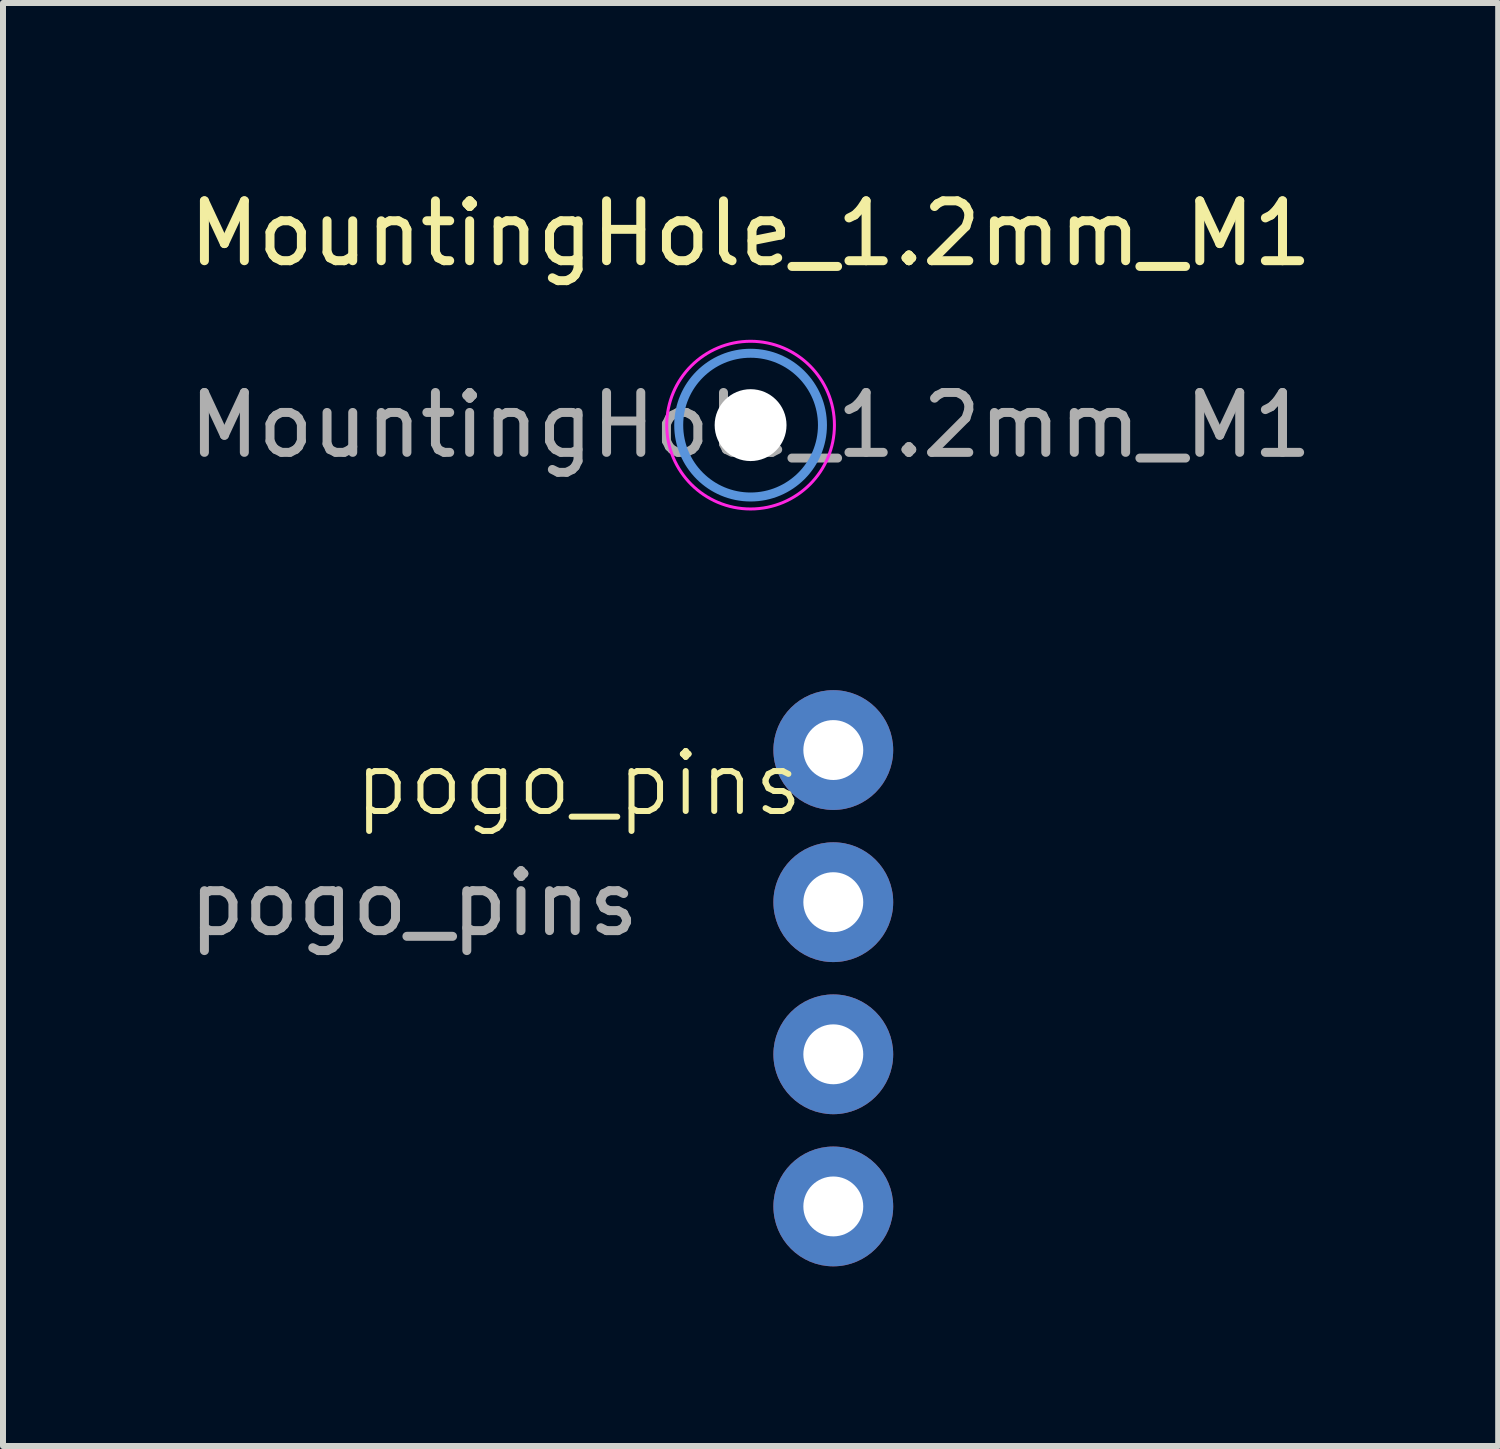
<source format=kicad_pcb>
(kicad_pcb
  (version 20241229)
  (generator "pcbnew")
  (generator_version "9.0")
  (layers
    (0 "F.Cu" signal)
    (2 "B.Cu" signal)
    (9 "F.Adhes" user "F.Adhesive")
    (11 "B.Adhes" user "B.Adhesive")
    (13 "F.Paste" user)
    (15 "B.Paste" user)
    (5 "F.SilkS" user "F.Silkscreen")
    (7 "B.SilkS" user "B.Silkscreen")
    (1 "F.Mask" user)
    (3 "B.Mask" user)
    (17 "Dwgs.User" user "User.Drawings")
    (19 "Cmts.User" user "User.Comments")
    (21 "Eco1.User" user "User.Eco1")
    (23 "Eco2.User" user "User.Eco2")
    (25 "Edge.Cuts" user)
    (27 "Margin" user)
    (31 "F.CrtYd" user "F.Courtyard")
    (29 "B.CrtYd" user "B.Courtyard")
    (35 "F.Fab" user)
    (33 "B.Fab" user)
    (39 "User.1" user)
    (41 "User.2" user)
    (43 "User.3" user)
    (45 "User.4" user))
  (footprint "pogo_pins"
    (layer "F.Cu")
    (at 10.863 13.283)
    (property "Reference" "pogo_pins" (at -4.25 -3.25 0) (unlocked yes) (layer "F.SilkS") (effects (font (size 1 1) (thickness 0.1))))
    (attr smd)
    (fp_text user "${REFERENCE}" (at -7 -1.25 0) (unlocked yes) (layer "F.Fab") (effects (font (size 1 1) (thickness 0.15))))
    (pad "1" thru_hole circle (at 0 -3.81) (size 2 2) (drill 1) (layers "*.Cu" "*.Mask"))
    (pad "2" thru_hole circle (at 0 -1.27) (size 2 2) (drill 1) (layers "*.Cu" "*.Mask"))
    (pad "3" thru_hole circle (at 0 1.27) (size 2 2) (drill 1) (layers "*.Cu" "*.Mask"))
    (pad "4" thru_hole circle (at 0 3.81) (size 2 2) (drill 1) (layers "*.Cu" "*.Mask")))
  (footprint "MountingHole_1.2mm_M1"
    (layer "F.Cu")
    (at 9.482 4.048)
    (property "Reference" "MountingHole_1.2mm_M1" (at 0 -3.2 0) (layer "F.SilkS") (effects (font (size 1 1) (thickness 0.15))))
    (attr exclude_from_pos_files exclude_from_bom)
    (fp_circle (center 0 0) (end 1.2 0) (stroke (width 0.15) (type solid)) (fill no) (layer "Cmts.User"))
    (fp_circle (center 0 0) (end 1.4 0) (stroke (width 0.05) (type solid)) (fill no) (layer "F.CrtYd"))
    (fp_text user "${REFERENCE}" (at 0 0 0) (layer "F.Fab") (effects (font (size 1 1) (thickness 0.15))))
    (pad "" np_thru_hole circle (at 0 0) (size 1.2 1.2) (drill 1.2) (layers "*.Cu" "*.Mask")))
  (gr_rect
    (start -3 -3)
    (end 21.964 21.093)
    (stroke (width 0.1) (type default))
    (fill no)
    (layer "Edge.Cuts")))
</source>
